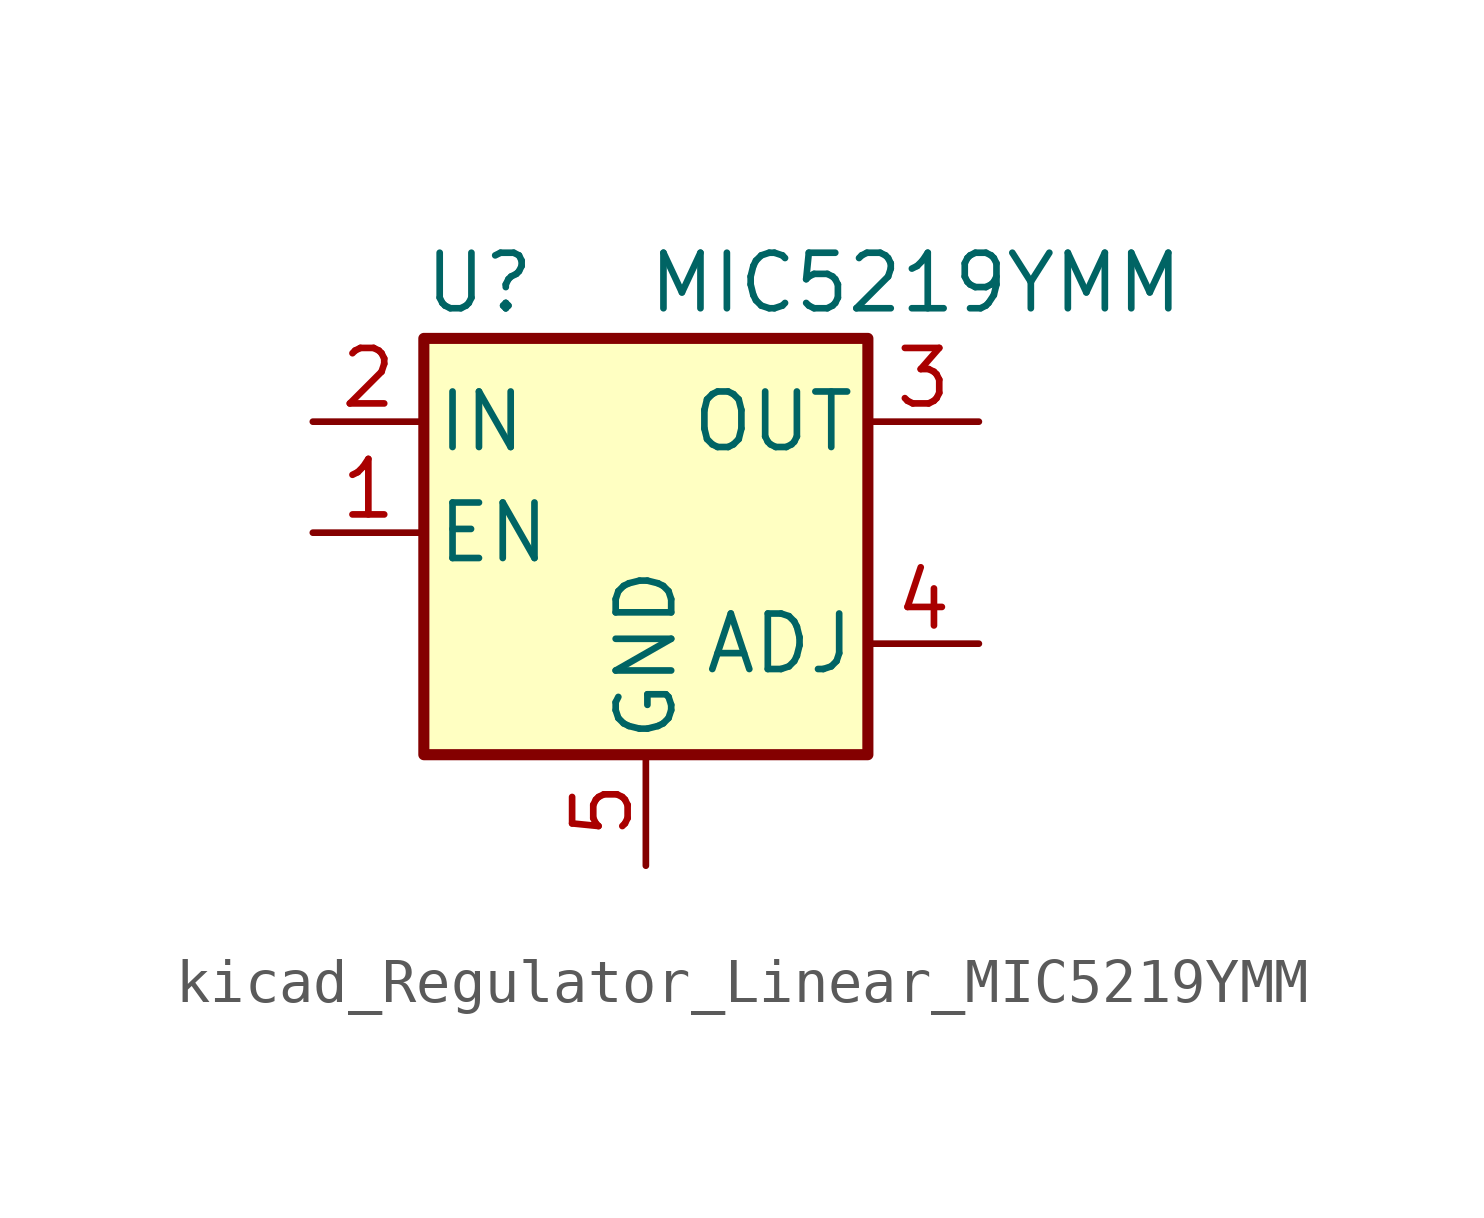
<source format=kicad_sym>
(kicad_symbol_lib
  (version 20220914)
  (generator kicad_symbol_editor)
  (symbol "kicad_Regulator_Linear_MIC5219YMM"
    (pin_names
      (offset 0.254))
    (property "Reference" "U"
      (at -3.81 5.715 0)
      (effects (font (size 1.27 1.27))))
    (property "Value" "MIC5219YMM"
      (at 0 5.715 0)
      (effects (font (size 1.27 1.27)) (justify left)))
    (symbol "kicad_Regulator_Linear_MIC5219YMM_0_1"
      (rectangle (start -5.08 4.445) (end 5.08 -5.08) (stroke (width 0.254) (type default)) (fill (type background))))
    (symbol "kicad_Regulator_Linear_MIC5219YMM_1_1"
      (pin input line (at -7.62 0 0) (length 2.54) (name "EN" (effects (font (size 1.27 1.27)))) (number "1" (effects (font (size 1.27 1.27)))))
      (pin power_in line (at -7.62 2.54 0) (length 2.54) (name "IN" (effects (font (size 1.27 1.27)))) (number "2" (effects (font (size 1.27 1.27)))))
      (pin power_out line (at 7.62 2.54 180) (length 2.54) (name "OUT" (effects (font (size 1.27 1.27)))) (number "3" (effects (font (size 1.27 1.27)))))
      (pin input line (at 7.62 -2.54 180) (length 2.54) (name "ADJ" (effects (font (size 1.27 1.27)))) (number "4" (effects (font (size 1.27 1.27)))))
      (pin power_in line (at 0 -7.62 90) (length 2.54) (name "GND" (effects (font (size 1.27 1.27)))) (number "5" (effects (font (size 1.27 1.27)))))
      (pin passive line (at 0 -7.62 90) (length 2.54) hide (name "GND" (effects (font (size 1.27 1.27)))) (number "6" (effects (font (size 1.27 1.27)))))
      (pin passive line (at 0 -7.62 90) (length 2.54) hide (name "GND" (effects (font (size 1.27 1.27)))) (number "7" (effects (font (size 1.27 1.27)))))
      (pin passive line (at 0 -7.62 90) (length 2.54) hide (name "GND" (effects (font (size 1.27 1.27)))) (number "8" (effects (font (size 1.27 1.27))))))))
</source>
